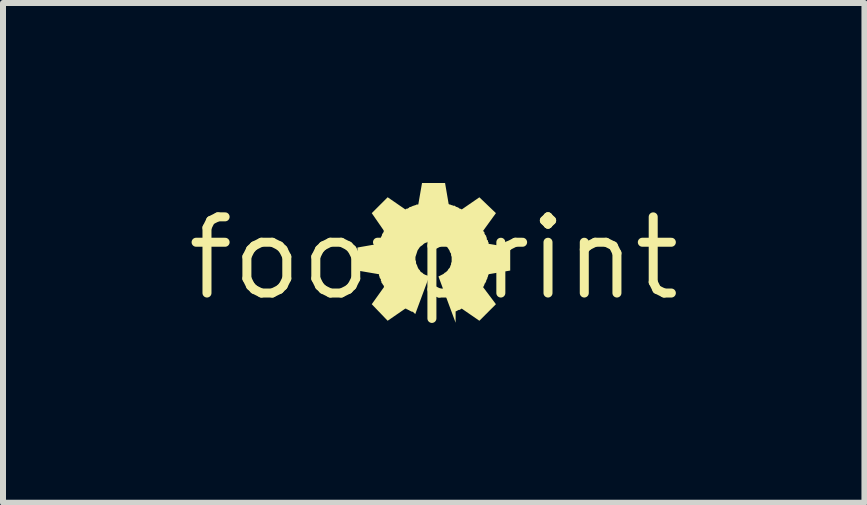
<source format=kicad_pcb>
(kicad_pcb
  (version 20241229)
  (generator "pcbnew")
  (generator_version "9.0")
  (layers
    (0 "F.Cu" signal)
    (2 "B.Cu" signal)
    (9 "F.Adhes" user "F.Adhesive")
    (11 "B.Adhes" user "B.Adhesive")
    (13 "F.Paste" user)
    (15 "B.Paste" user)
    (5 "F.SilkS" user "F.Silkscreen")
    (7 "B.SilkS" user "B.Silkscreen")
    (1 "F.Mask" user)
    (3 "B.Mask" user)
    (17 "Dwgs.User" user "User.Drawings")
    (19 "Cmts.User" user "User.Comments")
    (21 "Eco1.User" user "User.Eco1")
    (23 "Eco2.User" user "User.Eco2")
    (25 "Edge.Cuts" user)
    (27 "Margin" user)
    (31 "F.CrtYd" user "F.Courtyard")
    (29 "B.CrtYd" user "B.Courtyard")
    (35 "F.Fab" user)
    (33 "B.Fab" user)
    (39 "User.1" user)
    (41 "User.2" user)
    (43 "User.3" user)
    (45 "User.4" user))
  (footprint "footprint"
    (layer "F.Cu")
    (at 4.18 1.255)
    (property "Reference" "footprint" (at 0 0 0) (layer "F.SilkS") (effects (font (size 1.27 1.27) (thickness 0.15))))
    (fp_poly (pts (xy 0.249 -0.904) (xy 0.266 -0.895) (xy 0.276 -0.895) (xy 0.296 -0.885) (xy 0.306 -0.885) (xy 0.326 -0.875) (xy 0.352 -0.875) (xy 0.369 -0.859) (xy 0.376 -0.855) (xy 0.386 -0.855) (xy 0.419 -0.839) (xy 0.429 -0.829) (xy 0.436 -0.825) (xy 0.446 -0.825) (xy 0.468 -0.814) (xy 0.761 -1.016) (xy 1.037 -0.752) (xy 0.824 -0.458) (xy 0.828 -0.45) (xy 0.845 -0.433) (xy 0.845 -0.413) (xy 0.848 -0.41) (xy 0.858 -0.39) (xy 0.875 -0.373) (xy 0.875 -0.353) (xy 0.885 -0.343) (xy 0.885 -0.316) (xy 0.888 -0.31) (xy 0.905 -0.293) (xy 0.905 -0.273) (xy 0.915 -0.263) (xy 0.915 -0.24) (xy 1.275 -0.18) (xy 1.275 0.205) (xy 0.915 0.266) (xy 0.915 0.272) (xy 0.905 0.292) (xy 0.905 0.302) (xy 0.895 0.322) (xy 0.895 0.332) (xy 0.875 0.372) (xy 0.875 0.382) (xy 0.858 0.415) (xy 0.848 0.425) (xy 0.845 0.432) (xy 0.845 0.442) (xy 0.828 0.475) (xy 0.822 0.48) (xy 1.037 0.766) (xy 0.761 1.042) (xy 0.465 0.838) (xy 0.452 0.851) (xy 0.442 0.851) (xy 0.432 0.861) (xy 0.412 0.861) (xy 0.402 0.871) (xy 0.392 0.871) (xy 0.382 0.881) (xy 0.372 0.881) (xy 0.365 0.888) (xy 0.365 1.075) (xy 0.079 0.304) (xy 0.164 0.261) (xy 0.184 0.241) (xy 0.204 0.231) (xy 0.235 0.2) (xy 0.245 0.18) (xy 0.265 0.16) (xy 0.271 0.148) (xy 0.281 0.118) (xy 0.289 0.104) (xy 0.289 0.086) (xy 0.299 0.056) (xy 0.299 -0.021) (xy 0.289 -0.051) (xy 0.289 -0.076) (xy 0.272 -0.101) (xy 0.262 -0.131) (xy 0.227 -0.183) (xy 0.192 -0.218) (xy 0.14 -0.253) (xy 0.11 -0.263) (xy 0.085 -0.279) (xy 0.06 -0.279) (xy 0.03 -0.289) (xy -0.029 -0.289) (xy -0.069 -0.279) (xy -0.092 -0.279) (xy -0.117 -0.263) (xy -0.147 -0.253) (xy -0.169 -0.238) (xy -0.189 -0.218) (xy -0.219 -0.198) (xy -0.234 -0.183) (xy -0.269 -0.131) (xy -0.305 -0.021) (xy -0.305 0.026) (xy -0.295 0.056) (xy -0.295 0.084) (xy -0.278 0.118) (xy -0.268 0.148) (xy -0.252 0.18) (xy -0.232 0.2) (xy -0.222 0.22) (xy -0.211 0.231) (xy -0.191 0.241) (xy -0.171 0.261) (xy -0.139 0.277) (xy -0.074 0.299) (xy -0.308 0.931) (xy -0.349 0.891) (xy -0.369 0.891) (xy -0.379 0.881) (xy -0.389 0.881) (xy -0.399 0.871) (xy -0.409 0.871) (xy -0.419 0.861) (xy -0.429 0.861) (xy -0.439 0.851) (xy -0.449 0.851) (xy -0.459 0.841) (xy -0.469 0.841) (xy -0.472 0.838) (xy -0.768 1.042) (xy -1.033 0.766) (xy -0.828 0.479) (xy -0.831 0.472) (xy -0.831 0.462) (xy -0.835 0.455) (xy -0.845 0.445) (xy -0.855 0.425) (xy -0.871 0.408) (xy -0.871 0.388) (xy -0.881 0.378) (xy -0.881 0.352) (xy -0.885 0.345) (xy -0.901 0.328) (xy -0.901 0.308) (xy -0.911 0.298) (xy -0.911 0.272) (xy -0.914 0.266) (xy -1.271 0.205) (xy -1.271 -0.179) (xy -0.92 -0.24) (xy -0.911 -0.256) (xy -0.911 -0.266) (xy -0.901 -0.286) (xy -0.901 -0.296) (xy -0.881 -0.336) (xy -0.881 -0.346) (xy -0.865 -0.38) (xy -0.861 -0.383) (xy -0.861 -0.403) (xy -0.845 -0.42) (xy -0.835 -0.44) (xy -0.831 -0.443) (xy -0.831 -0.46) (xy -1.033 -0.752) (xy -0.768 -1.017) (xy -0.472 -0.813) (xy -0.459 -0.825) (xy -0.439 -0.825) (xy -0.436 -0.829) (xy -0.416 -0.839) (xy -0.399 -0.855) (xy -0.379 -0.855) (xy -0.376 -0.859) (xy -0.342 -0.875) (xy -0.332 -0.875) (xy -0.312 -0.885) (xy -0.299 -0.885) (xy -0.289 -0.895) (xy -0.262 -0.895) (xy -0.257 -0.898) (xy -0.195 -1.255) (xy 0.189 -1.255)) (stroke (width 0) (type solid)) (fill yes) (layer "F.SilkS")))
  (gr_rect
    (start -3 -3)
    (end 11.36 5.33)
    (stroke (width 0.1) (type default))
    (fill no)
    (layer "Edge.Cuts")))
</source>
